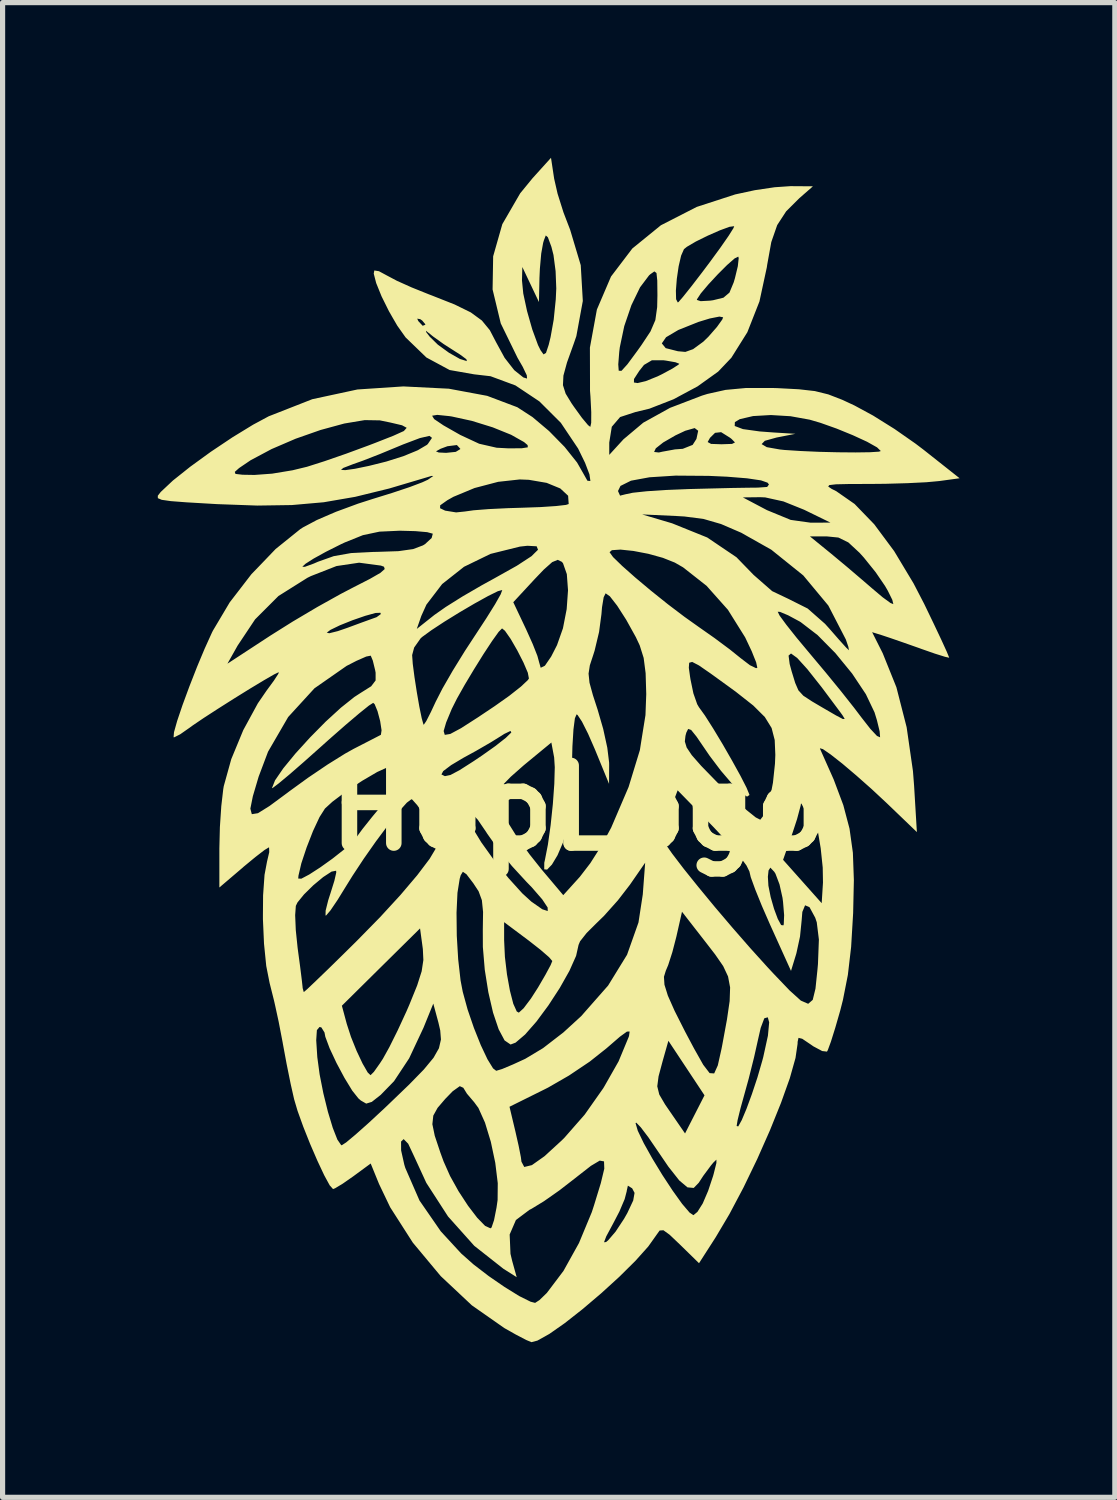
<source format=kicad_pcb>
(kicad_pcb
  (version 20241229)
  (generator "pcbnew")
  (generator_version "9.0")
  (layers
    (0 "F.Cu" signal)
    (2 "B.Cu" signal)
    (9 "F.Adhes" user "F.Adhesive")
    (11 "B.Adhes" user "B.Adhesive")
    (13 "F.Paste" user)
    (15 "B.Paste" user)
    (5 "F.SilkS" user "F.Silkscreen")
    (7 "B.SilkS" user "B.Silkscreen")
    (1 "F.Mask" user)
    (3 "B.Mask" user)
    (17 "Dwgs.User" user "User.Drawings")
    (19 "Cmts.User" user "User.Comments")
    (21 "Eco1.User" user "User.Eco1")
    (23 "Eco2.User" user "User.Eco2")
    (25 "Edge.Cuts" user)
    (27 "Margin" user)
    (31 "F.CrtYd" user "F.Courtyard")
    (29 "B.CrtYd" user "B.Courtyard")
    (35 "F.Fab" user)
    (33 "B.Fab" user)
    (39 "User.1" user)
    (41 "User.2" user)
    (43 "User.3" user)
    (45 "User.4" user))
  (footprint "HopLogo"
    (layer "F.Cu")
    (at 8.133 12.567)
    (property "Reference" "HopLogo" (at 0 0 0) (layer "F.SilkS") (effects (font (size 1.5 1.5) (thickness 0.3))))
    (attr board_only exclude_from_pos_files exclude_from_bom)
    (fp_poly (pts (xy -0.472 -12.163) (xy -0.406 -11.874) (xy -0.292 -11.512) (xy -0.163 -11.176) (xy 0.042 -10.491) (xy 0.082 -9.8) (xy -0.043 -9.12) (xy -0.093 -8.975) (xy -0.224 -8.61) (xy -0.293 -8.357) (xy -0.302 -8.172) (xy -0.25 -8.009) (xy -0.136 -7.822) (xy -0.089 -7.754) (xy 0.065 -7.541) (xy 0.183 -7.4) (xy 0.227 -7.366) (xy 0.244 -7.444) (xy 0.245 -7.651) (xy 0.23 -7.948) (xy 0.221 -8.065) (xy 0.221 -8.224) (xy 1.07 -8.224) (xy 1.141 -8.213) (xy 1.297 -8.25) (xy 1.526 -8.342) (xy 1.612 -8.384) (xy 1.814 -8.493) (xy 1.933 -8.57) (xy 1.947 -8.586) (xy 1.873 -8.615) (xy 1.69 -8.647) (xy 1.645 -8.653) (xy 1.418 -8.654) (xy 1.265 -8.564) (xy 1.174 -8.45) (xy 1.071 -8.291) (xy 1.07 -8.224) (xy 0.221 -8.224) (xy 0.22 -8.574) (xy 0.767 -8.574) (xy 0.776 -8.451) (xy 0.83 -8.45) (xy 0.945 -8.577) (xy 1.136 -8.836) (xy 1.213 -8.944) (xy 1.237 -8.98) (xy 1.609 -8.98) (xy 1.684 -8.888) (xy 1.92 -8.828) (xy 2.064 -8.815) (xy 2.213 -8.868) (xy 2.41 -9.012) (xy 2.509 -9.108) (xy 2.675 -9.298) (xy 2.778 -9.442) (xy 2.794 -9.484) (xy 2.722 -9.498) (xy 2.535 -9.461) (xy 2.316 -9.394) (xy 1.928 -9.239) (xy 1.691 -9.099) (xy 1.609 -8.98) (xy 1.237 -8.98) (xy 1.39 -9.211) (xy 1.484 -9.43) (xy 1.519 -9.681) (xy 1.524 -9.909) (xy 1.523 -10.001) (xy 1.881 -10.001) (xy 1.885 -9.833) (xy 1.917 -9.771) (xy 1.932 -9.779) (xy 1.967 -9.82) (xy 2.286 -9.82) (xy 2.359 -9.796) (xy 2.542 -9.806) (xy 2.6 -9.814) (xy 2.8 -9.863) (xy 2.916 -9.961) (xy 2.998 -10.158) (xy 3.022 -10.239) (xy 3.078 -10.471) (xy 3.095 -10.627) (xy 3.087 -10.657) (xy 3.016 -10.622) (xy 2.871 -10.495) (xy 2.69 -10.314) (xy 2.509 -10.119) (xy 2.363 -9.946) (xy 2.289 -9.833) (xy 2.286 -9.82) (xy 1.967 -9.82) (xy 2.019 -9.88) (xy 2.181 -10.083) (xy 2.39 -10.355) (xy 2.529 -10.54) (xy 2.739 -10.827) (xy 2.901 -11.06) (xy 2.994 -11.208) (xy 3.008 -11.245) (xy 2.917 -11.233) (xy 2.729 -11.164) (xy 2.495 -11.061) (xy 2.266 -10.948) (xy 2.094 -10.847) (xy 2.037 -10.801) (xy 1.982 -10.676) (xy 1.934 -10.469) (xy 1.899 -10.229) (xy 1.881 -10.001) (xy 1.523 -10.001) (xy 1.521 -10.195) (xy 1.506 -10.34) (xy 1.465 -10.371) (xy 1.388 -10.317) (xy 1.362 -10.294) (xy 1.188 -10.063) (xy 1.021 -9.718) (xy 0.883 -9.314) (xy 0.797 -8.905) (xy 0.786 -8.815) (xy 0.767 -8.574) (xy 0.22 -8.574) (xy 0.219 -8.898) (xy 0.354 -9.634) (xy 0.627 -10.272) (xy 1.039 -10.814) (xy 1.591 -11.263) (xy 2.285 -11.618) (xy 3.027 -11.859) (xy 3.407 -11.941) (xy 3.791 -11.998) (xy 4.096 -12.019) (xy 4.099 -12.019) (xy 4.53 -12.016) (xy 4.267 -11.786) (xy 4.012 -11.532) (xy 3.839 -11.266) (xy 3.725 -10.938) (xy 3.645 -10.496) (xy 3.639 -10.452) (xy 3.496 -9.79) (xy 3.262 -9.195) (xy 2.953 -8.702) (xy 2.698 -8.434) (xy 2.3 -8.149) (xy 1.834 -7.899) (xy 1.37 -7.718) (xy 1.097 -7.652) (xy 0.803 -7.556) (xy 0.642 -7.368) (xy 0.593 -7.063) (xy 0.593 -7.059) (xy 0.593 -6.825) (xy 0.644 -6.881) (xy 1.46 -6.881) (xy 1.552 -6.871) (xy 1.617 -6.886) (xy 1.864 -6.931) (xy 2.014 -6.942) (xy 2.205 -7.018) (xy 2.24 -7.073) (xy 2.495 -7.073) (xy 2.561 -7.037) (xy 2.762 -7.03) (xy 2.966 -7.037) (xy 3.023 -7.065) (xy 2.957 -7.133) (xy 2.926 -7.157) (xy 2.755 -7.264) (xy 2.638 -7.251) (xy 2.54 -7.154) (xy 2.495 -7.073) (xy 2.24 -7.073) (xy 2.278 -7.133) (xy 2.312 -7.291) (xy 2.244 -7.343) (xy 2.062 -7.291) (xy 1.875 -7.203) (xy 1.636 -7.065) (xy 1.493 -6.952) (xy 1.46 -6.881) (xy 0.644 -6.881) (xy 0.868 -7.126) (xy 1.174 -7.383) (xy 3.018 -7.383) (xy 3.177 -7.323) (xy 3.501 -7.278) (xy 3.768 -7.258) (xy 4.191 -7.232) (xy 3.826 -7.16) (xy 3.6 -7.097) (xy 3.538 -7.033) (xy 3.638 -6.974) (xy 3.893 -6.929) (xy 3.979 -6.92) (xy 4.287 -6.9) (xy 4.645 -6.884) (xy 5.014 -6.875) (xy 5.356 -6.872) (xy 5.632 -6.876) (xy 5.804 -6.887) (xy 5.842 -6.899) (xy 5.769 -6.97) (xy 5.575 -7.079) (xy 5.301 -7.205) (xy 4.988 -7.333) (xy 4.676 -7.444) (xy 4.468 -7.505) (xy 4.097 -7.572) (xy 3.716 -7.595) (xy 3.373 -7.575) (xy 3.116 -7.515) (xy 3.021 -7.458) (xy 3.018 -7.383) (xy 1.174 -7.383) (xy 1.25 -7.447) (xy 1.768 -7.734) (xy 2.387 -7.971) (xy 2.491 -8.003) (xy 2.841 -8.081) (xy 3.239 -8.118) (xy 3.739 -8.118) (xy 3.842 -8.115) (xy 4.259 -8.093) (xy 4.567 -8.058) (xy 4.827 -7.994) (xy 5.098 -7.889) (xy 5.334 -7.779) (xy 5.692 -7.585) (xy 6.108 -7.325) (xy 6.513 -7.042) (xy 6.667 -6.925) (xy 7.365 -6.373) (xy 6.972 -6.319) (xy 6.722 -6.296) (xy 6.357 -6.278) (xy 5.935 -6.266) (xy 5.64 -6.263) (xy 5.233 -6.262) (xy 4.975 -6.256) (xy 4.846 -6.241) (xy 4.825 -6.213) (xy 4.891 -6.168) (xy 4.979 -6.124) (xy 5.335 -5.876) (xy 5.714 -5.484) (xy 6.099 -4.966) (xy 6.474 -4.342) (xy 6.681 -3.943) (xy 6.862 -3.567) (xy 7.012 -3.25) (xy 7.116 -3.022) (xy 7.162 -2.91) (xy 7.163 -2.904) (xy 7.083 -2.922) (xy 6.885 -2.984) (xy 6.613 -3.079) (xy 6.601 -3.084) (xy 6.292 -3.193) (xy 6.023 -3.286) (xy 5.864 -3.339) (xy 5.674 -3.398) (xy 5.879 -2.99) (xy 6.143 -2.334) (xy 6.341 -1.561) (xy 6.463 -0.714) (xy 6.485 -0.432) (xy 6.539 0.466) (xy 5.958 -0.092) (xy 5.663 -0.367) (xy 5.368 -0.628) (xy 5.098 -0.857) (xy 4.874 -1.033) (xy 4.722 -1.138) (xy 4.665 -1.154) (xy 4.669 -1.139) (xy 4.931 -0.551) (xy 5.117 -0.055) (xy 5.237 0.399) (xy 5.302 0.865) (xy 5.321 1.394) (xy 5.307 2.032) (xy 5.268 2.686) (xy 5.205 3.227) (xy 5.11 3.709) (xy 5.057 3.917) (xy 4.961 4.25) (xy 4.877 4.518) (xy 4.817 4.681) (xy 4.801 4.709) (xy 4.708 4.698) (xy 4.538 4.607) (xy 4.492 4.575) (xy 4.323 4.461) (xy 4.251 4.443) (xy 4.234 4.52) (xy 4.233 4.559) (xy 4.193 4.832) (xy 4.083 5.223) (xy 3.913 5.699) (xy 3.699 6.23) (xy 3.453 6.786) (xy 3.187 7.337) (xy 2.915 7.851) (xy 2.65 8.298) (xy 2.639 8.315) (xy 2.328 8.799) (xy 1.963 8.442) (xy 1.76 8.249) (xy 1.64 8.162) (xy 1.567 8.167) (xy 1.508 8.249) (xy 1.504 8.255) (xy 1.347 8.476) (xy 1.099 8.753) (xy 0.787 9.062) (xy 0.438 9.38) (xy 0.078 9.686) (xy -0.265 9.956) (xy -0.565 10.166) (xy -0.796 10.295) (xy -0.911 10.325) (xy -1.012 10.283) (xy -1.213 10.178) (xy -1.436 10.052) (xy -2.063 9.613) (xy -2.665 9.048) (xy -3.204 8.401) (xy -3.642 7.717) (xy -3.857 7.267) (xy -4.018 6.872) (xy -4.354 7.119) (xy -4.559 7.262) (xy -4.707 7.351) (xy -4.746 7.366) (xy -4.811 7.293) (xy -4.917 7.098) (xy -5.048 6.819) (xy -5.189 6.493) (xy -5.322 6.159) (xy -5.432 5.853) (xy -5.498 5.63) (xy -5.565 5.333) (xy -5.643 4.948) (xy -5.716 4.555) (xy -5.72 4.53) (xy -5.728 4.489) (xy -5.071 4.489) (xy -5.05 4.816) (xy -5.005 5.15) (xy -4.933 5.515) (xy -4.845 5.872) (xy -4.751 6.183) (xy -4.662 6.41) (xy -4.589 6.516) (xy -4.577 6.519) (xy -4.492 6.464) (xy -4.473 6.448) (xy -3.431 6.448) (xy -3.43 6.619) (xy -3.368 6.896) (xy -3.349 6.958) (xy -3.075 7.587) (xy -2.663 8.183) (xy -2.269 8.611) (xy -2.031 8.822) (xy -1.738 9.047) (xy -1.43 9.259) (xy -1.147 9.434) (xy -0.928 9.543) (xy -0.84 9.566) (xy -0.755 9.511) (xy -0.617 9.377) (xy -0.616 9.377) (xy -0.292 8.948) (xy 0.009 8.407) (xy 0.014 8.394) (xy 0.492 8.394) (xy 0.531 8.39) (xy 0.572 8.356) (xy 0.715 8.189) (xy 0.877 7.944) (xy 0.942 7.83) (xy 1.056 7.587) (xy 1.082 7.44) (xy 1.036 7.352) (xy 0.953 7.3) (xy 0.931 7.4) (xy 0.931 7.406) (xy 0.891 7.56) (xy 0.788 7.802) (xy 0.666 8.036) (xy 0.535 8.28) (xy 0.492 8.394) (xy 0.014 8.394) (xy 0.256 7.811) (xy 0.299 7.679) (xy 0.43 7.251) (xy 0.497 6.972) (xy 0.492 6.831) (xy 0.409 6.816) (xy 0.239 6.917) (xy -0.025 7.123) (xy -0.064 7.154) (xy -0.369 7.39) (xy -0.668 7.6) (xy -0.907 7.746) (xy -0.95 7.768) (xy -1.211 7.964) (xy -1.332 8.244) (xy -1.316 8.618) (xy -1.283 8.756) (xy -1.196 9.069) (xy -1.455 8.905) (xy -2.016 8.463) (xy -2.523 7.896) (xy -2.943 7.246) (xy -3.179 6.733) (xy -3.293 6.49) (xy -3.381 6.4) (xy -3.431 6.448) (xy -4.473 6.448) (xy -4.31 6.312) (xy -4.085 6.112) (xy -2.826 6.112) (xy -2.78 6.335) (xy -2.672 6.659) (xy -2.609 6.832) (xy -2.484 7.113) (xy -2.32 7.408) (xy -2.137 7.688) (xy -1.959 7.921) (xy -1.807 8.077) (xy -1.703 8.125) (xy -1.682 8.109) (xy -1.634 7.967) (xy -1.586 7.724) (xy -1.565 7.578) (xy -1.562 7.252) (xy -1.61 6.859) (xy -1.696 6.452) (xy -1.809 6.081) (xy -1.937 5.796) (xy -1.953 5.775) (xy -1.335 5.775) (xy -1.221 6.253) (xy -1.158 6.532) (xy -1.115 6.75) (xy -1.104 6.837) (xy -1.05 6.939) (xy -0.902 6.903) (xy -0.66 6.732) (xy -0.326 6.426) (xy -0.271 6.371) (xy -0.025 6.09) (xy 1.101 6.09) (xy 1.144 6.238) (xy 1.26 6.479) (xy 1.426 6.776) (xy 1.619 7.093) (xy 1.819 7.397) (xy 2.001 7.651) (xy 2.146 7.821) (xy 2.22 7.871) (xy 2.298 7.806) (xy 2.399 7.645) (xy 2.401 7.641) (xy 2.504 7.401) (xy 2.6 7.113) (xy 2.612 7.07) (xy 2.664 6.862) (xy 2.664 6.797) (xy 2.605 6.854) (xy 2.558 6.911) (xy 2.411 7.109) (xy 2.323 7.244) (xy 2.226 7.344) (xy 2.105 7.333) (xy 1.946 7.199) (xy 1.736 6.933) (xy 1.533 6.635) (xy 1.348 6.364) (xy 1.202 6.172) (xy 1.116 6.083) (xy 1.101 6.09) (xy -0.025 6.09) (xy 0.118 5.927) (xy 0.477 5.417) (xy 0.499 5.38) (xy 1.521 5.38) (xy 1.56 5.539) (xy 1.672 5.73) (xy 1.777 5.883) (xy 2.058 6.291) (xy 2.131 6.147) (xy 3.055 6.147) (xy 3.055 6.147) (xy 3.086 6.155) (xy 3.154 6.033) (xy 3.246 5.814) (xy 3.351 5.528) (xy 3.457 5.209) (xy 3.55 4.888) (xy 3.57 4.813) (xy 3.66 4.401) (xy 3.684 4.143) (xy 3.657 4.046) (xy 3.59 4.065) (xy 3.52 4.251) (xy 3.473 4.457) (xy 3.392 4.819) (xy 3.288 5.234) (xy 3.211 5.512) (xy 3.13 5.804) (xy 3.074 6.032) (xy 3.055 6.147) (xy 2.131 6.147) (xy 2.246 5.922) (xy 2.434 5.554) (xy 2.085 5.027) (xy 1.736 4.5) (xy 1.624 4.896) (xy 1.546 5.187) (xy 1.521 5.38) (xy 0.499 5.38) (xy 0.773 4.898) (xy 0.97 4.423) (xy 0.975 4.407) (xy 0.987 4.321) (xy 0.935 4.322) (xy 0.8 4.42) (xy 0.563 4.625) (xy 0.54 4.645) (xy 0.216 4.902) (xy -0.186 5.172) (xy -0.587 5.403) (xy -0.646 5.433) (xy -1.335 5.775) (xy -1.953 5.775) (xy -2.017 5.688) (xy -2.158 5.522) (xy -2.228 5.408) (xy -2.296 5.377) (xy -2.433 5.475) (xy -2.576 5.622) (xy -2.725 5.796) (xy -2.808 5.946) (xy -2.826 6.112) (xy -4.085 6.112) (xy -4.056 6.086) (xy -3.754 5.806) (xy -3.669 5.725) (xy -3.274 5.345) (xy -2.991 5.055) (xy -2.804 4.829) (xy -2.699 4.644) (xy -2.66 4.475) (xy -2.674 4.299) (xy -2.709 4.148) (xy -2.808 3.781) (xy -2.998 4.249) (xy -3.275 4.839) (xy -3.567 5.281) (xy -3.825 5.546) (xy -3.997 5.681) (xy -4.105 5.714) (xy -4.209 5.654) (xy -4.256 5.613) (xy -4.375 5.463) (xy -4.525 5.217) (xy -4.68 4.927) (xy -4.812 4.645) (xy -4.895 4.422) (xy -4.911 4.339) (xy -4.972 4.241) (xy -5.007 4.233) (xy -5.058 4.294) (xy -5.071 4.489) (xy -5.728 4.489) (xy -5.797 4.131) (xy -5.864 3.822) (xy -4.575 3.822) (xy -4.48 4.175) (xy -4.399 4.425) (xy -4.29 4.696) (xy -4.175 4.94) (xy -4.076 5.112) (xy -4.021 5.165) (xy -3.956 5.1) (xy -3.84 4.936) (xy -3.782 4.847) (xy -3.657 4.622) (xy -3.496 4.298) (xy -3.328 3.934) (xy -3.272 3.805) (xy -3.12 3.43) (xy -3.033 3.157) (xy -3 2.939) (xy -3.01 2.727) (xy -3.013 2.704) (xy -3.064 2.328) (xy -3.82 3.075) (xy -4.575 3.822) (xy -5.864 3.822) (xy -5.886 3.725) (xy -5.968 3.398) (xy -5.971 3.387) (xy -6.037 3.053) (xy -6.08 2.623) (xy -6.101 2.151) (xy -6.101 2.072) (xy -5.478 2.072) (xy -5.466 2.36) (xy -5.431 2.699) (xy -5.425 2.746) (xy -5.382 3.066) (xy -5.35 3.322) (xy -5.334 3.466) (xy -5.334 3.477) (xy -5.313 3.555) (xy -5.308 3.556) (xy -5.243 3.5) (xy -5.078 3.343) (xy -4.833 3.107) (xy -4.53 2.81) (xy -4.286 2.569) (xy -3.836 2.11) (xy -3.758 2.025) (xy -2.359 2.025) (xy -2.354 2.471) (xy -2.327 2.925) (xy -2.281 3.333) (xy -2.239 3.552) (xy -2.145 3.895) (xy -2.023 4.251) (xy -1.89 4.584) (xy -1.761 4.857) (xy -1.653 5.033) (xy -1.592 5.08) (xy -1.479 5.046) (xy -1.265 4.956) (xy -1.032 4.849) (xy -0.687 4.642) (xy -0.293 4.338) (xy 0.05 4.024) (xy 0.571 3.432) (xy 0.675 3.263) (xy 1.65 3.263) (xy 1.66 3.416) (xy 1.726 3.628) (xy 1.857 3.923) (xy 2.06 4.325) (xy 2.23 4.645) (xy 2.409 4.963) (xy 2.533 5.125) (xy 2.621 5.131) (xy 2.691 4.976) (xy 2.762 4.659) (xy 2.779 4.572) (xy 2.868 4.089) (xy 2.92 3.733) (xy 2.929 3.469) (xy 2.889 3.256) (xy 2.795 3.056) (xy 2.641 2.833) (xy 2.482 2.627) (xy 1.999 2.006) (xy 1.89 2.488) (xy 1.813 2.785) (xy 1.732 3.037) (xy 1.686 3.146) (xy 1.65 3.263) (xy 0.675 3.263) (xy 0.937 2.837) (xy 1.158 2.213) (xy 1.241 1.671) (xy 1.287 1.058) (xy 0.993 1.483) (xy 0.76 1.785) (xy 0.49 2.087) (xy 0.35 2.223) (xy 0.156 2.416) (xy 0.029 2.577) (xy -0.000067 2.646) (xy -0.048 2.859) (xy -0.177 3.148) (xy -0.363 3.478) (xy -0.583 3.816) (xy -0.814 4.128) (xy -1.034 4.379) (xy -1.218 4.536) (xy -1.314 4.572) (xy -1.43 4.493) (xy -1.545 4.277) (xy -1.653 3.956) (xy -1.744 3.562) (xy -1.813 3.128) (xy -1.85 2.686) (xy -1.851 2.349) (xy -1.849 2.207) (xy -1.439 2.207) (xy -1.439 2.557) (xy -1.424 2.878) (xy -1.384 3.216) (xy -1.327 3.531) (xy -1.262 3.784) (xy -1.195 3.933) (xy -1.155 3.956) (xy -1.063 3.872) (xy -0.921 3.684) (xy -0.783 3.469) (xy -0.64 3.223) (xy -0.54 3.037) (xy -0.508 2.958) (xy -0.571 2.884) (xy -0.736 2.741) (xy -0.967 2.56) (xy -0.974 2.555) (xy -1.439 2.207) (xy -1.849 2.207) (xy -1.846 2.01) (xy -1.869 1.783) (xy -1.932 1.611) (xy -2.036 1.453) (xy -2.168 1.28) (xy -2.237 1.233) (xy -2.278 1.3) (xy -2.298 1.369) (xy -2.341 1.64) (xy -2.359 2.025) (xy -3.758 2.025) (xy -3.442 1.681) (xy -3.118 1.299) (xy -2.879 0.983) (xy -2.74 0.75) (xy -2.709 0.645) (xy -2.752 0.53) (xy -2.856 0.341) (xy -2.976 0.15) (xy -2.153 0.15) (xy -2.064 0.361) (xy -2.062 0.365) (xy -1.881 0.663) (xy -1.632 1.011) (xy -1.353 1.357) (xy -1.088 1.65) (xy -0.914 1.809) (xy -0.701 1.958) (xy -0.596 1.992) (xy -0.598 1.924) (xy -0.702 1.767) (xy -0.905 1.533) (xy -1.007 1.428) (xy -1.29 1.12) (xy -1.563 0.784) (xy -1.772 0.488) (xy -1.786 0.465) (xy -1.949 0.226) (xy -2.077 0.089) (xy -2.151 0.062) (xy -2.153 0.15) (xy -2.976 0.15) (xy -2.99 0.128) (xy -3.12 -0.056) (xy -3.214 -0.161) (xy -3.231 -0.169) (xy -3.319 -0.103) (xy -3.478 0.074) (xy -3.684 0.334) (xy -3.917 0.646) (xy -4.152 0.981) (xy -4.369 1.31) (xy -4.489 1.503) (xy -4.658 1.777) (xy -4.795 1.979) (xy -4.878 2.076) (xy -4.891 2.079) (xy -4.889 1.984) (xy -4.839 1.784) (xy -4.793 1.641) (xy -4.72 1.407) (xy -4.684 1.249) (xy -4.686 1.213) (xy -4.775 1.23) (xy -4.937 1.336) (xy -5.128 1.495) (xy -5.307 1.671) (xy -5.433 1.826) (xy -5.465 1.892) (xy -5.478 2.072) (xy -6.101 2.072) (xy -6.098 1.689) (xy -6.075 1.364) (xy -5.419 1.364) (xy -5.359 1.367) (xy -5.206 1.286) (xy -4.994 1.149) (xy -4.759 0.981) (xy -4.538 0.807) (xy -4.367 0.653) (xy -4.296 0.569) (xy -4.177 0.407) (xy -3.989 0.171) (xy -3.788 -0.07) (xy -3.647 -0.254) (xy -1.602 -0.254) (xy -1.555 -0.074) (xy -1.416 0.199) (xy -1.206 0.535) (xy -0.946 0.898) (xy -0.72 1.182) (xy -0.296 1.685) (xy 0.025 1.33) (xy 0.227 1.067) (xy 0.446 0.723) (xy 0.53 0.566) (xy 1.609 0.566) (xy 1.662 0.673) (xy 1.81 0.884) (xy 2.033 1.176) (xy 2.315 1.527) (xy 2.635 1.915) (xy 2.977 2.317) (xy 3.321 2.711) (xy 3.649 3.074) (xy 3.768 3.202) (xy 4.079 3.527) (xy 4.296 3.723) (xy 4.438 3.785) (xy 4.526 3.709) (xy 4.579 3.492) (xy 4.617 3.128) (xy 4.627 3.017) (xy 4.645 2.543) (xy 4.604 2.21) (xy 4.574 2.121) (xy 4.464 1.918) (xy 4.378 1.881) (xy 4.325 2.009) (xy 4.311 2.18) (xy 4.28 2.486) (xy 4.212 2.8) (xy 4.206 2.823) (xy 4.106 3.149) (xy 3.704 2.261) (xy 3.544 1.895) (xy 3.414 1.574) (xy 3.328 1.337) (xy 3.326 1.329) (xy 3.659 1.329) (xy 3.669 1.502) (xy 3.713 1.722) (xy 3.778 1.949) (xy 3.85 2.143) (xy 3.915 2.263) (xy 3.959 2.269) (xy 3.966 2.247) (xy 3.973 2.071) (xy 3.952 1.816) (xy 3.942 1.737) (xy 3.884 1.477) (xy 3.806 1.271) (xy 3.783 1.234) (xy 3.707 1.153) (xy 3.672 1.208) (xy 3.659 1.329) (xy 3.326 1.329) (xy 3.302 1.227) (xy 3.245 1.111) (xy 3.164 1.002) (xy 3.953 1.002) (xy 4.326 1.421) (xy 4.699 1.84) (xy 4.724 1.441) (xy 4.719 1.151) (xy 4.68 0.779) (xy 4.62 0.421) (xy 4.541 0.095) (xy 4.462 -0.154) (xy 4.391 -0.305) (xy 4.34 -0.337) (xy 4.319 -0.228) (xy 4.319 -0.207) (xy 4.292 -0.044) (xy 4.222 0.218) (xy 4.136 0.48) (xy 3.953 1.002) (xy 3.164 1.002) (xy 3.092 0.906) (xy 2.865 0.643) (xy 2.609 0.37) (xy 1.915 -0.341) (xy 1.762 0.062) (xy 1.673 0.314) (xy 1.618 0.507) (xy 1.609 0.566) (xy 0.53 0.566) (xy 0.63 0.381) (xy 0.967 -0.406) (xy 1.185 -1.119) (xy 1.211 -1.285) (xy 2.054 -1.285) (xy 2.089 -1.169) (xy 2.188 -1.021) (xy 2.37 -0.814) (xy 2.654 -0.522) (xy 2.718 -0.457) (xy 3.001 -0.182) (xy 3.245 0.039) (xy 3.425 0.183) (xy 3.512 0.227) (xy 3.584 0.135) (xy 3.665 -0.065) (xy 3.697 -0.176) (xy 3.757 -0.488) (xy 3.796 -0.856) (xy 3.803 -1.026) (xy 3.791 -1.313) (xy 3.731 -1.546) (xy 3.6 -1.758) (xy 3.377 -1.98) (xy 3.038 -2.247) (xy 2.898 -2.349) (xy 2.554 -2.598) (xy 2.327 -2.755) (xy 2.196 -2.823) (xy 2.138 -2.807) (xy 2.131 -2.71) (xy 2.155 -2.537) (xy 2.163 -2.486) (xy 2.219 -2.216) (xy 2.293 -2.005) (xy 2.327 -1.947) (xy 2.443 -1.786) (xy 2.603 -1.534) (xy 2.785 -1.232) (xy 2.967 -0.915) (xy 3.129 -0.622) (xy 3.247 -0.391) (xy 3.301 -0.26) (xy 3.302 -0.25) (xy 3.256 -0.219) (xy 3.134 -0.303) (xy 2.958 -0.478) (xy 2.751 -0.72) (xy 2.534 -1.007) (xy 2.452 -1.127) (xy 2.279 -1.38) (xy 2.176 -1.508) (xy 2.118 -1.528) (xy 2.082 -1.455) (xy 2.066 -1.394) (xy 2.054 -1.285) (xy 1.211 -1.285) (xy 1.293 -1.795) (xy 1.308 -2.201) (xy 1.296 -2.606) (xy 1.258 -2.9) (xy 1.182 -3.142) (xy 1.107 -3.302) (xy 0.921 -3.637) (xy 0.746 -3.91) (xy 0.605 -4.091) (xy 0.523 -4.149) (xy 0.485 -4.073) (xy 0.453 -3.879) (xy 0.442 -3.746) (xy 0.396 -3.401) (xy 0.31 -3.041) (xy 0.283 -2.956) (xy 0.218 -2.758) (xy 0.193 -2.597) (xy 0.211 -2.422) (xy 0.277 -2.181) (xy 0.369 -1.898) (xy 0.476 -1.528) (xy 0.555 -1.166) (xy 0.59 -0.881) (xy 0.591 -0.846) (xy 0.589 -0.466) (xy 0.316 -1.132) (xy 0.183 -1.436) (xy 0.065 -1.67) (xy -0.019 -1.797) (xy -0.038 -1.81) (xy -0.071 -1.734) (xy -0.099 -1.518) (xy -0.119 -1.188) (xy -0.129 -0.804) (xy -0.143 -0.273) (xy -0.178 0.132) (xy -0.237 0.454) (xy -0.303 0.672) (xy -0.407 0.914) (xy -0.515 1.094) (xy -0.608 1.191) (xy -0.664 1.186) (xy -0.663 1.058) (xy -0.651 1.006) (xy -0.593 0.709) (xy -0.54 0.331) (xy -0.497 -0.078) (xy -0.469 -0.467) (xy -0.46 -0.787) (xy -0.472 -0.976) (xy -0.526 -1.265) (xy -1.062 -0.823) (xy -1.311 -0.603) (xy -1.5 -0.409) (xy -1.596 -0.276) (xy -1.602 -0.254) (xy -3.647 -0.254) (xy -3.555 -0.374) (xy -3.451 -0.59) (xy -3.45 -0.648) (xy -2.651 -0.648) (xy -2.584 -0.615) (xy -2.476 -0.638) (xy -2.3 -0.731) (xy -2.028 -0.905) (xy -1.866 -1.014) (xy -1.608 -1.197) (xy -1.406 -1.356) (xy -1.301 -1.458) (xy -1.3 -1.46) (xy -1.316 -1.489) (xy -1.437 -1.431) (xy -1.485 -1.4) (xy -1.696 -1.269) (xy -1.986 -1.101) (xy -2.224 -0.971) (xy -2.462 -0.829) (xy -2.616 -0.713) (xy -2.651 -0.648) (xy -3.45 -0.648) (xy -3.449 -0.685) (xy -3.525 -0.804) (xy -3.672 -0.795) (xy -3.891 -0.696) (xy -4.183 -0.525) (xy -4.492 -0.321) (xy -4.759 -0.12) (xy -4.902 0.011) (xy -5.007 0.176) (xy -5.133 0.446) (xy -5.257 0.764) (xy -5.359 1.071) (xy -5.414 1.308) (xy -5.419 1.364) (xy -6.075 1.364) (xy -6.07 1.293) (xy -6.022 1.037) (xy -5.979 0.854) (xy -5.982 0.764) (xy -5.987 0.762) (xy -6.071 0.813) (xy -6.245 0.947) (xy -6.474 1.136) (xy -6.489 1.15) (xy -6.943 1.537) (xy -6.943 0.78) (xy -6.933 0.371) (xy -6.909 0.013) (xy -6.344 0.013) (xy -6.316 0.12) (xy -6.197 0.101) (xy -5.974 -0.038) (xy -5.634 -0.289) (xy -5.596 -0.318) (xy -5.228 -0.585) (xy -4.849 -0.841) (xy -4.512 -1.051) (xy -4.347 -1.143) (xy -4.09 -1.275) (xy -3.9 -1.373) (xy -3.821 -1.414) (xy -3.81 -1.487) (xy -2.608 -1.487) (xy -2.586 -1.413) (xy -2.479 -1.431) (xy -2.272 -1.542) (xy -1.951 -1.748) (xy -1.625 -1.966) (xy -1.341 -2.167) (xy -1.114 -2.346) (xy -0.979 -2.473) (xy -0.96 -2.503) (xy -0.981 -2.614) (xy -1.065 -2.811) (xy -1.185 -3.046) (xy -1.313 -3.268) (xy -1.423 -3.425) (xy -1.479 -3.471) (xy -1.545 -3.404) (xy -1.673 -3.225) (xy -1.84 -2.971) (xy -2.023 -2.677) (xy -2.201 -2.38) (xy -2.351 -2.114) (xy -2.45 -1.917) (xy -2.454 -1.908) (xy -2.56 -1.652) (xy -2.608 -1.487) (xy -3.81 -1.487) (xy -3.808 -1.503) (xy -3.835 -1.679) (xy -3.886 -1.871) (xy -3.942 -2.007) (xy -3.97 -2.032) (xy -4.054 -1.978) (xy -4.238 -1.83) (xy -4.501 -1.607) (xy -4.818 -1.329) (xy -4.982 -1.182) (xy -5.31 -0.89) (xy -5.588 -0.648) (xy -5.796 -0.475) (xy -5.911 -0.388) (xy -5.927 -0.382) (xy -5.867 -0.534) (xy -5.707 -0.767) (xy -5.472 -1.053) (xy -5.19 -1.363) (xy -4.889 -1.668) (xy -4.594 -1.938) (xy -4.333 -2.146) (xy -4.214 -2.223) (xy -4.009 -2.352) (xy -3.923 -2.465) (xy -3.923 -2.615) (xy -3.931 -2.659) (xy -3.977 -2.848) (xy -4.017 -2.944) (xy -4.104 -2.927) (xy -4.293 -2.844) (xy -4.484 -2.746) (xy -5.105 -2.313) (xy -5.613 -1.758) (xy -6.002 -1.088) (xy -6.184 -0.605) (xy -6.296 -0.226) (xy -6.344 0.013) (xy -6.909 0.013) (xy -6.906 -0.034) (xy -6.868 -0.363) (xy -6.858 -0.422) (xy -6.713 -0.944) (xy -6.481 -1.505) (xy -6.199 -2.023) (xy -6.033 -2.265) (xy -5.888 -2.463) (xy -5.803 -2.594) (xy -5.794 -2.625) (xy -5.884 -2.582) (xy -6.082 -2.468) (xy -6.351 -2.306) (xy -6.659 -2.115) (xy -6.968 -1.919) (xy -7.246 -1.739) (xy -7.457 -1.596) (xy -7.52 -1.55) (xy -7.699 -1.425) (xy -7.813 -1.367) (xy -7.828 -1.367) (xy -7.82 -1.464) (xy -7.759 -1.682) (xy -7.656 -1.987) (xy -7.524 -2.345) (xy -7.377 -2.721) (xy -7.349 -2.789) (xy -6.787 -2.789) (xy -6.533 -2.955) (xy -3.217 -2.955) (xy -3.205 -2.786) (xy -3.172 -2.532) (xy -3.127 -2.241) (xy -3.078 -1.959) (xy -3.032 -1.735) (xy -2.999 -1.617) (xy -2.992 -1.609) (xy -2.944 -1.679) (xy -2.851 -1.862) (xy -2.762 -2.053) (xy -2.632 -2.307) (xy -2.434 -2.651) (xy -2.197 -3.035) (xy -2 -3.336) (xy -1.785 -3.664) (xy -1.614 -3.938) (xy -1.592 -3.977) (xy -1.262 -3.977) (xy -1.012 -3.449) (xy -0.886 -3.168) (xy -0.796 -2.94) (xy -0.762 -2.815) (xy -0.732 -2.71) (xy -0.651 -2.75) (xy -0.53 -2.926) (xy -0.417 -3.147) (xy -0.302 -3.473) (xy -0.23 -3.843) (xy -0.204 -4.208) (xy -0.227 -4.52) (xy -0.301 -4.731) (xy -0.324 -4.758) (xy -0.403 -4.796) (xy -0.51 -4.752) (xy -0.673 -4.607) (xy -0.849 -4.423) (xy -1.262 -3.977) (xy -1.592 -3.977) (xy -1.505 -4.131) (xy -1.475 -4.213) (xy -1.475 -4.213) (xy -1.56 -4.19) (xy -1.75 -4.096) (xy -2.01 -3.952) (xy -2.303 -3.78) (xy -2.593 -3.601) (xy -2.844 -3.436) (xy -3.02 -3.308) (xy -3.052 -3.28) (xy -3.178 -3.101) (xy -3.217 -2.955) (xy -6.533 -2.955) (xy -5.955 -3.333) (xy -5.866 -3.389) (xy -4.867 -3.389) (xy -4.82 -3.377) (xy -4.655 -3.418) (xy -4.529 -3.461) (xy -3.127 -3.461) (xy -2.787 -3.731) (xy -2.566 -3.886) (xy -2.244 -4.088) (xy -1.872 -4.304) (xy -1.632 -4.436) (xy -1.193 -4.682) (xy -0.911 -4.866) (xy -0.832 -4.944) (xy 0.599 -4.944) (xy 0.666 -4.85) (xy 0.841 -4.68) (xy 1.095 -4.455) (xy 1.399 -4.2) (xy 1.726 -3.938) (xy 2.048 -3.694) (xy 2.318 -3.502) (xy 2.627 -3.285) (xy 2.925 -3.063) (xy 3.133 -2.896) (xy 3.311 -2.76) (xy 3.431 -2.702) (xy 3.455 -2.71) (xy 3.432 -2.816) (xy 3.38 -2.945) (xy 4.059 -2.945) (xy 4.08 -2.783) (xy 4.117 -2.646) (xy 4.187 -2.417) (xy 4.249 -2.274) (xy 4.344 -2.17) (xy 4.512 -2.06) (xy 4.719 -1.938) (xy 4.976 -1.789) (xy 5.109 -1.719) (xy 5.144 -1.722) (xy 5.102 -1.791) (xy 5.064 -1.844) (xy 4.699 -2.333) (xy 4.421 -2.684) (xy 4.225 -2.9) (xy 4.106 -2.986) (xy 4.059 -2.945) (xy 3.38 -2.945) (xy 3.348 -3.026) (xy 3.221 -3.295) (xy 3.217 -3.302) (xy 2.91 -3.793) (xy 3.849 -3.793) (xy 3.886 -3.718) (xy 4.015 -3.542) (xy 4.215 -3.29) (xy 4.466 -2.989) (xy 4.477 -2.976) (xy 4.777 -2.618) (xy 5.073 -2.256) (xy 5.326 -1.936) (xy 5.471 -1.745) (xy 5.64 -1.529) (xy 5.768 -1.392) (xy 5.828 -1.366) (xy 5.828 -1.366) (xy 5.819 -1.482) (xy 5.766 -1.699) (xy 5.72 -1.849) (xy 5.553 -2.199) (xy 5.288 -2.597) (xy 4.963 -2.994) (xy 4.619 -3.342) (xy 4.295 -3.591) (xy 4.274 -3.604) (xy 4.051 -3.724) (xy 3.894 -3.79) (xy 3.849 -3.793) (xy 2.91 -3.793) (xy 2.888 -3.829) (xy 2.474 -4.294) (xy 2.02 -4.651) (xy 1.86 -4.743) (xy 1.629 -4.835) (xy 1.347 -4.913) (xy 1.06 -4.968) (xy 0.811 -4.994) (xy 0.644 -4.983) (xy 0.599 -4.944) (xy -0.832 -4.944) (xy -0.784 -4.991) (xy -0.81 -5.058) (xy -0.989 -5.068) (xy -1.134 -5.052) (xy -1.702 -4.911) (xy -2.214 -4.662) (xy -2.637 -4.328) (xy -2.941 -3.93) (xy -3.04 -3.711) (xy -3.127 -3.461) (xy -4.529 -3.461) (xy -4.466 -3.483) (xy -4.198 -3.582) (xy -3.985 -3.659) (xy -3.904 -3.688) (xy -3.823 -3.747) (xy -3.829 -3.773) (xy -3.925 -3.769) (xy -4.123 -3.714) (xy -4.369 -3.629) (xy -4.611 -3.532) (xy -4.795 -3.443) (xy -4.867 -3.389) (xy -5.866 -3.389) (xy -5.525 -3.603) (xy -5.049 -3.885) (xy -4.597 -4.137) (xy -4.371 -4.255) (xy -4.033 -4.428) (xy -3.831 -4.544) (xy -3.747 -4.618) (xy -3.761 -4.663) (xy -3.821 -4.685) (xy -4.242 -4.741) (xy -4.679 -4.676) (xy -5.174 -4.482) (xy -5.241 -4.449) (xy -5.801 -4.097) (xy -6.252 -3.646) (xy -6.59 -3.139) (xy -6.787 -2.789) (xy -7.349 -2.789) (xy -7.227 -3.08) (xy -7.087 -3.389) (xy -7.068 -3.427) (xy -6.743 -3.974) (xy -6.324 -4.518) (xy -6.184 -4.663) (xy -5.34 -4.663) (xy -5.291 -4.661) (xy -5.116 -4.725) (xy -5.038 -4.759) (xy -4.734 -4.867) (xy -4.397 -4.927) (xy -3.964 -4.949) (xy -3.895 -4.95) (xy -3.481 -4.964) (xy -3.198 -5.004) (xy -3.009 -5.075) (xy -2.968 -5.1) (xy -2.84 -5.218) (xy -2.818 -5.301) (xy -2.819 -5.302) (xy -2.926 -5.331) (xy -3.154 -5.351) (xy -3.453 -5.359) (xy -3.46 -5.359) (xy -3.848 -5.341) (xy -4.169 -5.273) (xy -4.519 -5.132) (xy -4.584 -5.102) (xy -4.883 -4.952) (xy -5.12 -4.821) (xy -5.277 -4.721) (xy -5.34 -4.663) (xy -6.184 -4.663) (xy -5.855 -5.006) (xy -5.381 -5.388) (xy -5.327 -5.423) (xy -5.06 -5.565) (xy -4.808 -5.674) (xy 1.228 -5.674) (xy 1.808 -5.502) (xy 2.487 -5.228) (xy 3.052 -4.846) (xy 3.383 -4.505) (xy 3.742 -4.191) (xy 4.059 -4.04) (xy 4.428 -3.855) (xy 4.764 -3.559) (xy 4.845 -3.469) (xy 5.032 -3.255) (xy 5.169 -3.103) (xy 5.226 -3.048) (xy 5.214 -3.116) (xy 5.166 -3.257) (xy 4.827 -3.913) (xy 4.343 -4.495) (xy 3.725 -4.992) (xy 3.269 -5.249) (xy 4.472 -5.249) (xy 4.882 -4.915) (xy 5.187 -4.661) (xy 5.513 -4.383) (xy 5.673 -4.245) (xy 5.878 -4.072) (xy 6.029 -3.962) (xy 6.084 -3.94) (xy 6.064 -4.023) (xy 5.977 -4.199) (xy 5.923 -4.292) (xy 5.742 -4.557) (xy 5.514 -4.84) (xy 5.431 -4.932) (xy 5.214 -5.133) (xy 5.022 -5.227) (xy 4.801 -5.249) (xy 4.472 -5.249) (xy 3.269 -5.249) (xy 3.146 -5.319) (xy 2.754 -5.488) (xy 2.416 -5.586) (xy 2.047 -5.634) (xy 1.876 -5.644) (xy 1.228 -5.674) (xy -4.808 -5.674) (xy -4.686 -5.726) (xy -4.501 -5.794) (xy -2.677 -5.794) (xy -2.579 -5.747) (xy -2.367 -5.713) (xy -2.201 -5.73) (xy -2.029 -5.754) (xy -1.735 -5.777) (xy -1.365 -5.795) (xy -1.101 -5.803) (xy -0.733 -5.816) (xy -0.435 -5.836) (xy -0.243 -5.858) (xy -0.191 -5.875) (xy -0.2 -6.003) (xy 3.175 -6.003) (xy 3.641 -5.757) (xy 4.1 -5.568) (xy 4.487 -5.514) (xy 4.868 -5.516) (xy 4.36 -5.764) (xy 3.96 -5.925) (xy 3.607 -6.003) (xy 3.514 -6.007) (xy 3.175 -6.003) (xy -0.2 -6.003) (xy -0.202 -6.035) (xy -0.3 -6.126) (xy 0.762 -6.126) (xy 0.802 -6.037) (xy 0.91 -6.064) (xy 1.049 -6.093) (xy 1.319 -6.122) (xy 1.681 -6.146) (xy 2.098 -6.163) (xy 2.117 -6.164) (xy 2.552 -6.175) (xy 2.951 -6.185) (xy 3.27 -6.19) (xy 3.462 -6.192) (xy 3.645 -6.205) (xy 3.68 -6.253) (xy 3.652 -6.288) (xy 3.526 -6.332) (xy 3.256 -6.372) (xy 2.871 -6.403) (xy 2.518 -6.419) (xy 1.875 -6.424) (xy 1.371 -6.392) (xy 1.013 -6.326) (xy 0.81 -6.225) (xy 0.762 -6.126) (xy -0.3 -6.126) (xy -0.354 -6.176) (xy -0.617 -6.284) (xy -0.961 -6.343) (xy -1.137 -6.35) (xy -1.554 -6.304) (xy -2.011 -6.184) (xy -2.42 -6.014) (xy -2.537 -5.948) (xy -2.675 -5.85) (xy -2.677 -5.794) (xy -4.501 -5.794) (xy -4.263 -5.882) (xy -3.986 -5.971) (xy -3.602 -6.09) (xy -3.266 -6.202) (xy -3.02 -6.295) (xy -2.914 -6.344) (xy -2.808 -6.417) (xy -2.844 -6.418) (xy -2.906 -6.399) (xy -3.66 -6.175) (xy -4.317 -6.014) (xy -4.927 -5.909) (xy -5.541 -5.855) (xy -6.21 -5.845) (xy -6.986 -5.873) (xy -7.14 -5.882) (xy -7.583 -5.908) (xy -7.881 -5.931) (xy -8.056 -5.956) (xy -8.132 -5.988) (xy -8.133 -6.035) (xy -8.082 -6.101) (xy -8.07 -6.114) (xy -7.841 -6.329) (xy -7.631 -6.496) (xy -6.645 -6.496) (xy -6.632 -6.457) (xy -6.495 -6.441) (xy -6.265 -6.437) (xy -5.923 -6.462) (xy -5.524 -6.528) (xy -5.497 -6.535) (xy -4.592 -6.535) (xy -4.51 -6.53) (xy -4.323 -6.556) (xy -4.052 -6.612) (xy -3.716 -6.696) (xy -3.386 -6.8) (xy -3.159 -6.893) (xy -2.756 -6.893) (xy -2.703 -6.871) (xy -2.561 -6.864) (xy -2.374 -6.883) (xy -2.287 -6.936) (xy -2.286 -6.943) (xy -2.352 -7.015) (xy -2.535 -6.992) (xy -2.667 -6.943) (xy -2.756 -6.893) (xy -3.159 -6.893) (xy -3.107 -6.915) (xy -2.932 -7.018) (xy -2.914 -7.035) (xy -2.833 -7.154) (xy -2.882 -7.192) (xy -3.066 -7.15) (xy -3.391 -7.027) (xy -3.514 -6.976) (xy -3.845 -6.839) (xy -4.171 -6.712) (xy -4.36 -6.645) (xy -4.549 -6.572) (xy -4.592 -6.535) (xy -5.497 -6.535) (xy -5.249 -6.595) (xy -4.91 -6.703) (xy -4.489 -6.849) (xy -4.063 -7.006) (xy -3.937 -7.054) (xy -3.581 -7.194) (xy -3.377 -7.286) (xy -3.322 -7.348) (xy -3.412 -7.397) (xy -3.642 -7.451) (xy -3.842 -7.492) (xy -4.133 -7.497) (xy -4.528 -7.431) (xy -4.987 -7.306) (xy -5.469 -7.137) (xy -5.934 -6.937) (xy -6.339 -6.721) (xy -6.562 -6.57) (xy -6.645 -6.496) (xy -7.631 -6.496) (xy -7.507 -6.595) (xy -7.109 -6.884) (xy -6.689 -7.165) (xy -6.29 -7.409) (xy -5.985 -7.573) (xy -5.96 -7.582) (xy -2.831 -7.582) (xy -2.792 -7.517) (xy -2.611 -7.395) (xy -2.286 -7.21) (xy -1.921 -7.04) (xy -1.584 -6.963) (xy -1.355 -6.951) (xy -1.096 -6.953) (xy -0.981 -6.971) (xy -0.985 -7.014) (xy -1.053 -7.072) (xy -1.303 -7.213) (xy -1.659 -7.357) (xy -2.062 -7.482) (xy -2.451 -7.567) (xy -2.498 -7.574) (xy -2.731 -7.598) (xy -2.831 -7.582) (xy -5.96 -7.582) (xy -5.147 -7.901) (xy -4.274 -8.089) (xy -3.387 -8.148) (xy -2.508 -8.104) (xy -1.767 -7.966) (xy -1.184 -7.746) (xy -0.891 -7.556) (xy -0.571 -7.286) (xy -0.269 -6.978) (xy -0.029 -6.677) (xy 0.096 -6.458) (xy 0.171 -6.325) (xy 0.225 -6.32) (xy 0.228 -6.326) (xy 0.21 -6.449) (xy 0.126 -6.67) (xy -0.007 -6.943) (xy -0.009 -6.947) (xy -0.343 -7.445) (xy -0.758 -7.859) (xy -1.22 -8.167) (xy -1.701 -8.345) (xy -2.02 -8.382) (xy -2.492 -8.465) (xy -2.941 -8.707) (xy -3.343 -9.095) (xy -3.434 -9.223) (xy -2.949 -9.223) (xy -2.946 -9.199) (xy -2.877 -9.109) (xy -2.721 -8.956) (xy -2.505 -8.799) (xy -2.294 -8.679) (xy -2.159 -8.637) (xy -2.169 -8.674) (xy -2.295 -8.767) (xy -2.371 -8.815) (xy -2.608 -8.967) (xy -2.81 -9.112) (xy -2.835 -9.132) (xy -2.949 -9.223) (xy -3.434 -9.223) (xy -3.504 -9.322) (xy -3.583 -9.458) (xy -3.119 -9.458) (xy -3.098 -9.411) (xy -3.013 -9.32) (xy -2.964 -9.339) (xy -2.963 -9.351) (xy -3.023 -9.422) (xy -3.061 -9.448) (xy -3.119 -9.458) (xy -3.583 -9.458) (xy -3.665 -9.601) (xy -3.808 -9.889) (xy -3.912 -10.146) (xy -3.959 -10.328) (xy -3.948 -10.389) (xy -3.859 -10.375) (xy -3.697 -10.288) (xy -3.695 -10.287) (xy -3.512 -10.19) (xy -3.227 -10.062) (xy -2.894 -9.928) (xy -2.836 -9.906) (xy -2.396 -9.732) (xy -2.084 -9.579) (xy -1.869 -9.422) (xy -1.716 -9.236) (xy -1.592 -8.998) (xy -1.589 -8.993) (xy -1.429 -8.7) (xy -1.244 -8.463) (xy -1.068 -8.322) (xy -0.996 -8.3) (xy -1.001 -8.363) (xy -1.08 -8.528) (xy -1.179 -8.7) (xy -1.504 -9.366) (xy -1.662 -10.022) (xy -1.659 -10.197) (xy -1.094 -10.197) (xy -1.069 -9.944) (xy -0.996 -9.605) (xy -0.895 -9.25) (xy -0.784 -8.947) (xy -0.735 -8.848) (xy -0.677 -8.767) (xy -0.63 -8.795) (xy -0.577 -8.954) (xy -0.541 -9.102) (xy -0.481 -9.437) (xy -0.441 -9.828) (xy -0.431 -10.042) (xy -0.444 -10.376) (xy -0.485 -10.689) (xy -0.525 -10.846) (xy -0.593 -11.03) (xy -0.634 -11.066) (xy -0.672 -10.967) (xy -0.685 -10.922) (xy -0.722 -10.716) (xy -0.748 -10.423) (xy -0.756 -10.245) (xy -0.766 -9.779) (xy -0.927 -10.118) (xy -1.087 -10.456) (xy -1.094 -10.197) (xy -1.659 -10.197) (xy -1.651 -10.663) (xy -1.474 -11.284) (xy -1.129 -11.88) (xy -0.89 -12.172) (xy -0.533 -12.567)) (stroke (width 0) (type solid)) (fill yes) (layer "F.SilkS")))
  (gr_rect
    (start -3 -3)
    (end 18.498 25.891)
    (stroke (width 0.1) (type default))
    (fill no)
    (layer "Edge.Cuts")))
</source>
